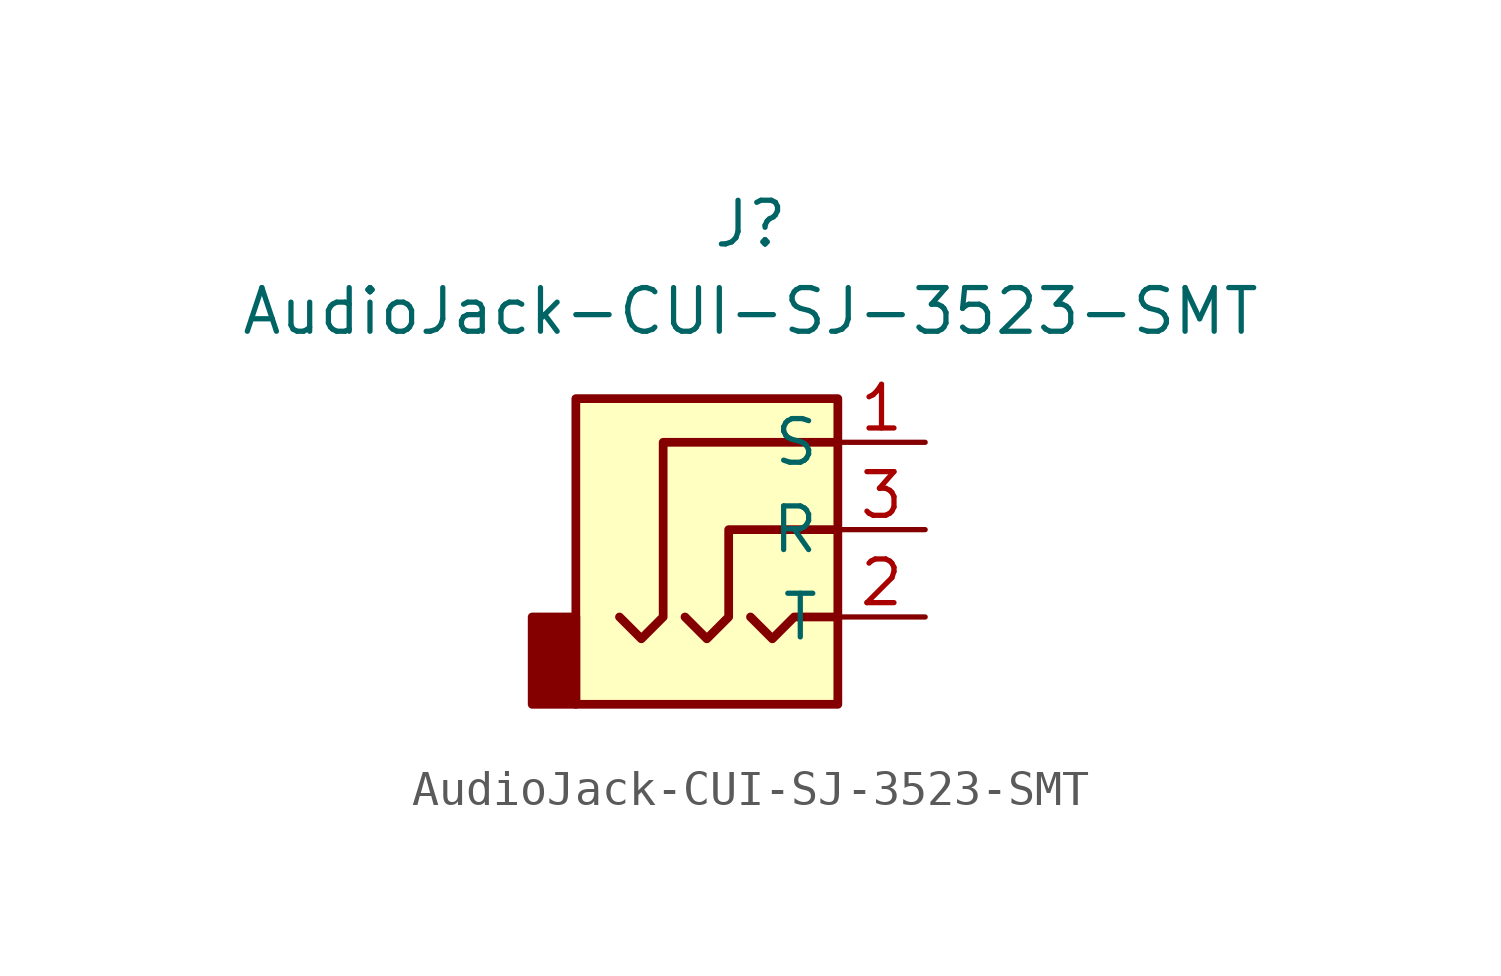
<source format=kicad_sym>
(kicad_symbol_lib
  (version 20220914)
  (generator kicad_symbol_editor)
  (symbol "AudioJack-CUI-SJ-3523-SMT"
    (property "Reference" "J"
      (at 0 8.89 0)
      (effects (font (size 1.27 1.27))))
    (property "Value" "AudioJack-CUI-SJ-3523-SMT"
      (at 0 6.35 0)
      (effects (font (size 1.27 1.27))))
    (symbol "AudioJack-CUI-SJ-3523-SMT_0_1"
      (rectangle (start -5.08 -5.08) (end -6.35 -2.54) (stroke (width 0.254) (type solid)) (fill (type outline)))
      (polyline (pts (xy 0 -2.54) (xy 0.635 -3.175) (xy 1.27 -2.54) (xy 2.54 -2.54)) (stroke (width 0.254) (type solid)) (fill (type none)))
      (polyline (pts (xy -1.905 -2.54) (xy -1.27 -3.175) (xy -0.635 -2.54) (xy -0.635 0) (xy 2.54 0)) (stroke (width 0.254) (type solid)) (fill (type none)))
      (polyline (pts (xy 2.54 2.54) (xy -2.54 2.54) (xy -2.54 -2.54) (xy -3.175 -3.175) (xy -3.81 -2.54)) (stroke (width 0.254) (type solid)) (fill (type none)))
      (rectangle (start 2.54 3.81) (end -5.08 -5.08) (stroke (width 0.254) (type solid)) (fill (type background))))
    (symbol "AudioJack-CUI-SJ-3523-SMT_1_1"
      (pin passive line (at 5.08 2.54 180) (length 2.54) (name "S" (effects (font (size 1.27 1.27)))) (number "1" (effects (font (size 1.27 1.27)))))
      (pin passive line (at 5.08 -2.54 180) (length 2.54) (name "T" (effects (font (size 1.27 1.27)))) (number "2" (effects (font (size 1.27 1.27)))))
      (pin passive line (at 5.08 0 180) (length 2.54) (name "R" (effects (font (size 1.27 1.27)))) (number "3" (effects (font (size 1.27 1.27))))))))
</source>
